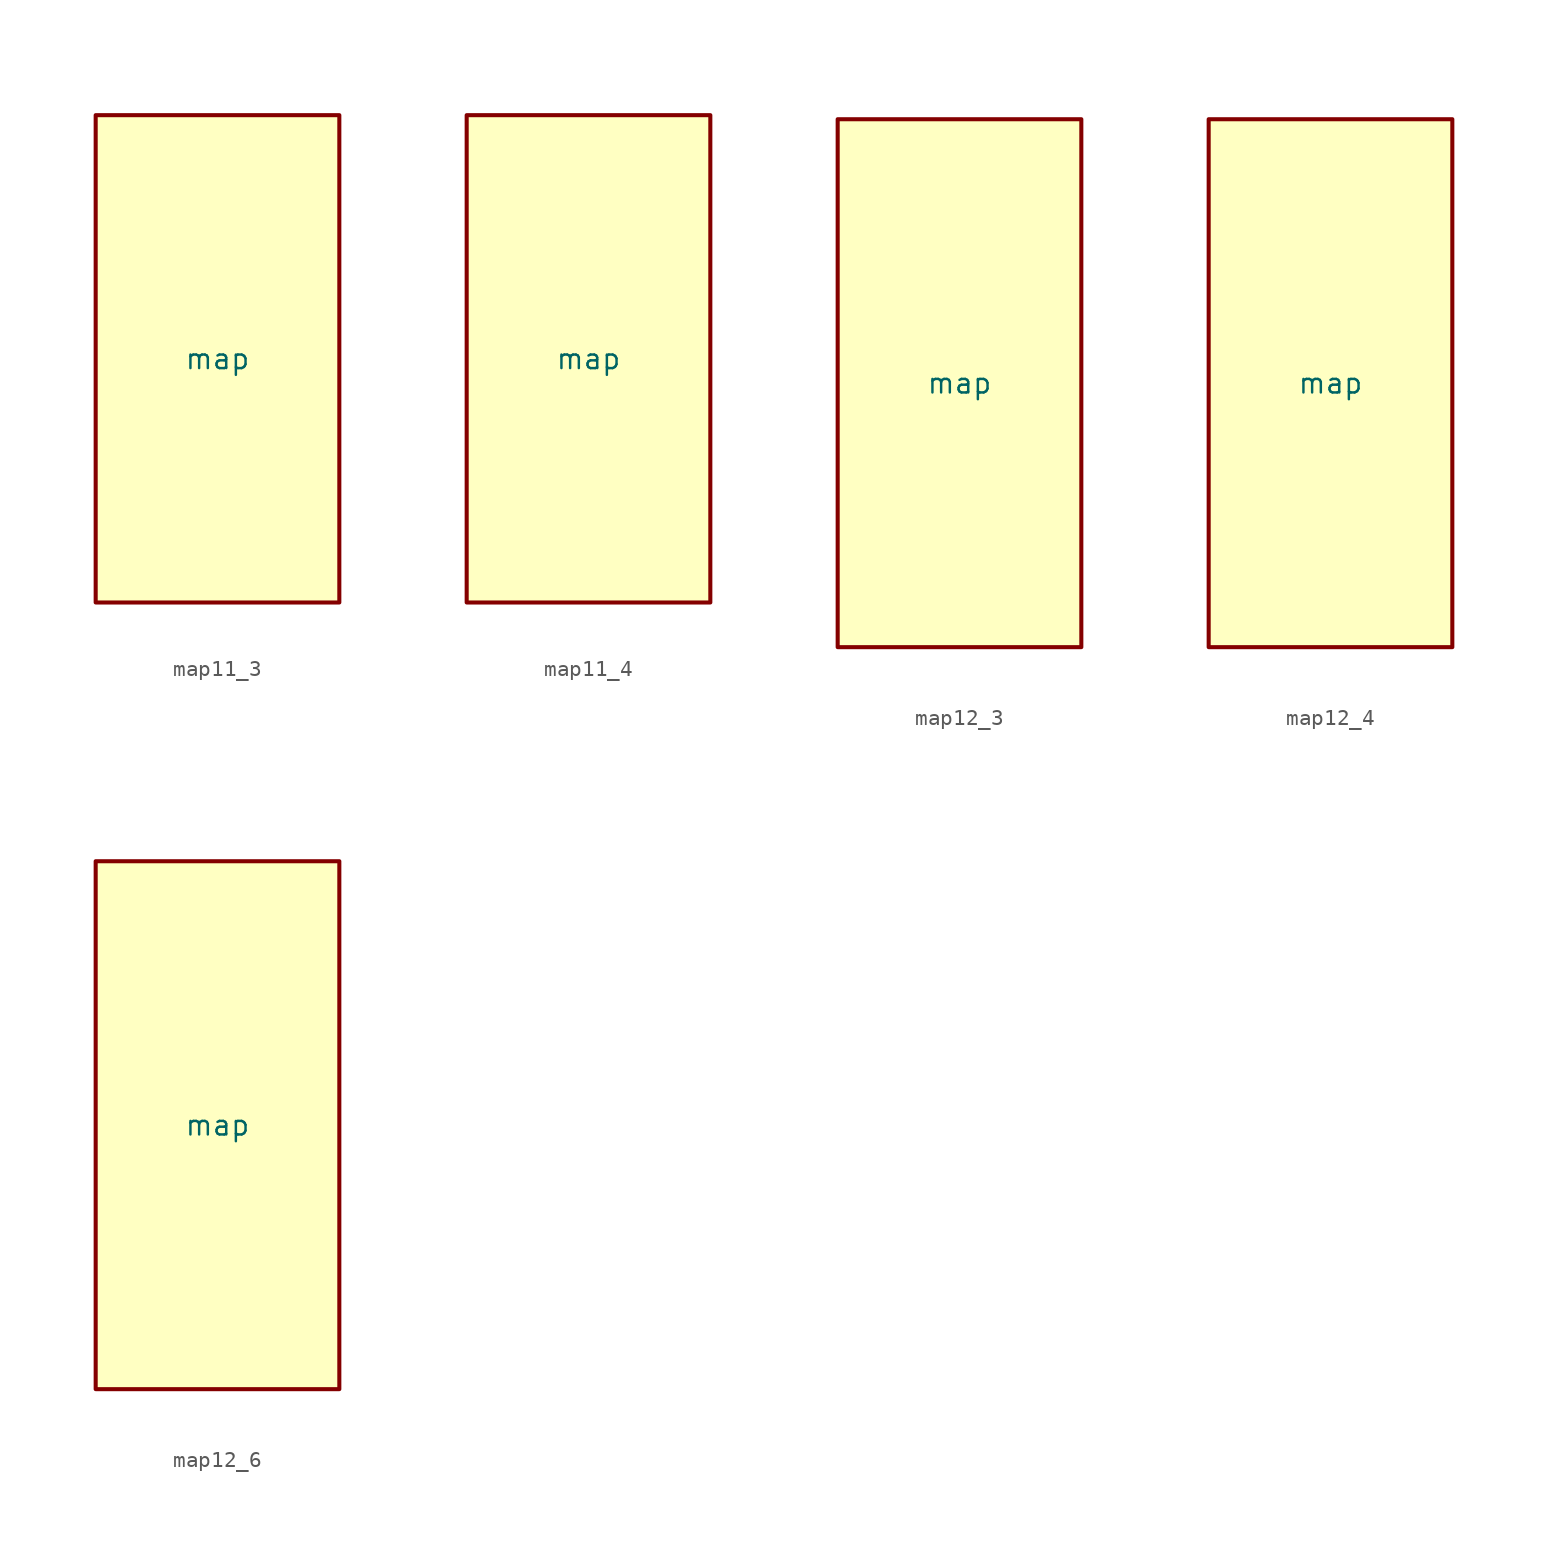
<source format=kicad_sym>
(kicad_symbol_lib
  (version 20231120)
  (generator "kicad_symbol_editor")
  (generator_version "8.0")
  (symbol "map11_3"
    (property "Reference" "U"
      (at 0 0 0)
      (effects (font (size 1.27 1.27)) (hide yes)))
    (property "Value" "map"
      (at 0 0 0)
      (do_not_autoplace)
      (effects (font (size 1.27 1.27))))
    (symbol "map11_3_1_1"
      (rectangle (start -7.62 15.24) (end 7.62 -15.24) (stroke (width 0.254) (type default)) (fill (type background)))
      (pin input line (at -7.62 -12.7 0) (length 0) (name "" (effects (font (size 1.27 1.27)))) (number "" (effects (font (size 1.27 1.27)))))
      (pin input line (at -7.62 -10.16 0) (length 0) (name "" (effects (font (size 1.27 1.27)))) (number "" (effects (font (size 1.27 1.27)))))
      (pin input line (at -7.62 -7.62 0) (length 0) (name "" (effects (font (size 1.27 1.27)))) (number "" (effects (font (size 1.27 1.27)))))
      (pin input line (at -7.62 -5.08 0) (length 0) (name "" (effects (font (size 1.27 1.27)))) (number "" (effects (font (size 1.27 1.27)))))
      (pin input line (at -7.62 -2.54 0) (length 0) (name "" (effects (font (size 1.27 1.27)))) (number "" (effects (font (size 1.27 1.27)))))
      (pin input line (at -7.62 0 0) (length 0) (name "" (effects (font (size 1.27 1.27)))) (number "" (effects (font (size 1.27 1.27)))))
      (pin input line (at -7.62 2.54 0) (length 0) (name "" (effects (font (size 1.27 1.27)))) (number "" (effects (font (size 1.27 1.27)))))
      (pin input line (at -7.62 5.08 0) (length 0) (name "" (effects (font (size 1.27 1.27)))) (number "" (effects (font (size 1.27 1.27)))))
      (pin input line (at -7.62 7.62 0) (length 0) (name "" (effects (font (size 1.27 1.27)))) (number "" (effects (font (size 1.27 1.27)))))
      (pin input line (at -7.62 10.16 0) (length 0) (name "" (effects (font (size 1.27 1.27)))) (number "" (effects (font (size 1.27 1.27)))))
      (pin input line (at -7.62 12.7 0) (length 0) (name "" (effects (font (size 1.27 1.27)))) (number "" (effects (font (size 1.27 1.27)))))
      (pin output line (at 7.62 -5.08 180) (length 0) (name "" (effects (font (size 1.27 1.27)))) (number "" (effects (font (size 1.27 1.27)))))
      (pin output line (at 7.62 0 180) (length 0) (name "" (effects (font (size 1.27 1.27)))) (number "" (effects (font (size 1.27 1.27)))))
      (pin output line (at 7.62 5.08 180) (length 0) (name "" (effects (font (size 1.27 1.27)))) (number "" (effects (font (size 1.27 1.27)))))))
  (symbol "map11_4"
    (property "Reference" "U"
      (at 0 0 0)
      (effects (font (size 1.27 1.27)) (hide yes)))
    (property "Value" "map"
      (at 0 0 0)
      (do_not_autoplace)
      (effects (font (size 1.27 1.27))))
    (symbol "map11_4_1_1"
      (rectangle (start -7.62 15.24) (end 7.62 -15.24) (stroke (width 0.254) (type default)) (fill (type background)))
      (pin input line (at -7.62 -12.7 0) (length 0) (name "" (effects (font (size 1.27 1.27)))) (number "" (effects (font (size 1.27 1.27)))))
      (pin input line (at -7.62 -10.16 0) (length 0) (name "" (effects (font (size 1.27 1.27)))) (number "" (effects (font (size 1.27 1.27)))))
      (pin input line (at -7.62 -7.62 0) (length 0) (name "" (effects (font (size 1.27 1.27)))) (number "" (effects (font (size 1.27 1.27)))))
      (pin input line (at -7.62 -5.08 0) (length 0) (name "" (effects (font (size 1.27 1.27)))) (number "" (effects (font (size 1.27 1.27)))))
      (pin input line (at -7.62 -2.54 0) (length 0) (name "" (effects (font (size 1.27 1.27)))) (number "" (effects (font (size 1.27 1.27)))))
      (pin input line (at -7.62 0 0) (length 0) (name "" (effects (font (size 1.27 1.27)))) (number "" (effects (font (size 1.27 1.27)))))
      (pin input line (at -7.62 2.54 0) (length 0) (name "" (effects (font (size 1.27 1.27)))) (number "" (effects (font (size 1.27 1.27)))))
      (pin input line (at -7.62 5.08 0) (length 0) (name "" (effects (font (size 1.27 1.27)))) (number "" (effects (font (size 1.27 1.27)))))
      (pin input line (at -7.62 7.62 0) (length 0) (name "" (effects (font (size 1.27 1.27)))) (number "" (effects (font (size 1.27 1.27)))))
      (pin input line (at -7.62 10.16 0) (length 0) (name "" (effects (font (size 1.27 1.27)))) (number "" (effects (font (size 1.27 1.27)))))
      (pin input line (at -7.62 12.7 0) (length 0) (name "" (effects (font (size 1.27 1.27)))) (number "" (effects (font (size 1.27 1.27)))))
      (pin output line (at 7.62 -3.81 180) (length 0) (name "" (effects (font (size 1.27 1.27)))) (number "" (effects (font (size 1.27 1.27)))))
      (pin output line (at 7.62 -1.27 180) (length 0) (name "" (effects (font (size 1.27 1.27)))) (number "" (effects (font (size 1.27 1.27)))))
      (pin output line (at 7.62 1.27 180) (length 0) (name "" (effects (font (size 1.27 1.27)))) (number "" (effects (font (size 1.27 1.27)))))
      (pin output line (at 7.62 3.81 180) (length 0) (name "" (effects (font (size 1.27 1.27)))) (number "" (effects (font (size 1.27 1.27)))))))
  (symbol "map12_3"
    (property "Reference" "U"
      (at 0 0 0)
      (effects (font (size 1.27 1.27)) (hide yes)))
    (property "Value" "map"
      (at 0 0 0)
      (do_not_autoplace)
      (effects (font (size 1.27 1.27))))
    (symbol "map12_3_1_1"
      (rectangle (start -7.62 16.51) (end 7.62 -16.51) (stroke (width 0.254) (type default)) (fill (type background)))
      (pin input line (at -7.62 -13.97 0) (length 0) (name "" (effects (font (size 1.27 1.27)))) (number "" (effects (font (size 1.27 1.27)))))
      (pin input line (at -7.62 -11.43 0) (length 0) (name "" (effects (font (size 1.27 1.27)))) (number "" (effects (font (size 1.27 1.27)))))
      (pin input line (at -7.62 -8.89 0) (length 0) (name "" (effects (font (size 1.27 1.27)))) (number "" (effects (font (size 1.27 1.27)))))
      (pin input line (at -7.62 -6.35 0) (length 0) (name "" (effects (font (size 1.27 1.27)))) (number "" (effects (font (size 1.27 1.27)))))
      (pin input line (at -7.62 -3.81 0) (length 0) (name "" (effects (font (size 1.27 1.27)))) (number "" (effects (font (size 1.27 1.27)))))
      (pin input line (at -7.62 -1.27 0) (length 0) (name "" (effects (font (size 1.27 1.27)))) (number "" (effects (font (size 1.27 1.27)))))
      (pin input line (at -7.62 1.27 0) (length 0) (name "" (effects (font (size 1.27 1.27)))) (number "" (effects (font (size 1.27 1.27)))))
      (pin input line (at -7.62 3.81 0) (length 0) (name "" (effects (font (size 1.27 1.27)))) (number "" (effects (font (size 1.27 1.27)))))
      (pin input line (at -7.62 6.35 0) (length 0) (name "" (effects (font (size 1.27 1.27)))) (number "" (effects (font (size 1.27 1.27)))))
      (pin input line (at -7.62 8.89 0) (length 0) (name "" (effects (font (size 1.27 1.27)))) (number "" (effects (font (size 1.27 1.27)))))
      (pin input line (at -7.62 11.43 0) (length 0) (name "" (effects (font (size 1.27 1.27)))) (number "" (effects (font (size 1.27 1.27)))))
      (pin input line (at -7.62 13.97 0) (length 0) (name "" (effects (font (size 1.27 1.27)))) (number "" (effects (font (size 1.27 1.27)))))
      (pin output line (at 7.62 -2.54 180) (length 0) (name "" (effects (font (size 1.27 1.27)))) (number "" (effects (font (size 1.27 1.27)))))
      (pin output line (at 7.62 0 180) (length 0) (name "" (effects (font (size 1.27 1.27)))) (number "" (effects (font (size 1.27 1.27)))))
      (pin output line (at 7.62 2.54 180) (length 0) (name "" (effects (font (size 1.27 1.27)))) (number "" (effects (font (size 1.27 1.27)))))))
  (symbol "map12_4"
    (property "Reference" "U"
      (at 0 0 0)
      (effects (font (size 1.27 1.27)) (hide yes)))
    (property "Value" "map"
      (at 0 0 0)
      (do_not_autoplace)
      (effects (font (size 1.27 1.27))))
    (symbol "map12_4_1_1"
      (rectangle (start -7.62 16.51) (end 7.62 -16.51) (stroke (width 0.254) (type default)) (fill (type background)))
      (pin input line (at -7.62 -13.97 0) (length 0) (name "" (effects (font (size 1.27 1.27)))) (number "" (effects (font (size 1.27 1.27)))))
      (pin input line (at -7.62 -11.43 0) (length 0) (name "" (effects (font (size 1.27 1.27)))) (number "" (effects (font (size 1.27 1.27)))))
      (pin input line (at -7.62 -8.89 0) (length 0) (name "" (effects (font (size 1.27 1.27)))) (number "" (effects (font (size 1.27 1.27)))))
      (pin input line (at -7.62 -6.35 0) (length 0) (name "" (effects (font (size 1.27 1.27)))) (number "" (effects (font (size 1.27 1.27)))))
      (pin input line (at -7.62 -3.81 0) (length 0) (name "" (effects (font (size 1.27 1.27)))) (number "" (effects (font (size 1.27 1.27)))))
      (pin input line (at -7.62 -1.27 0) (length 0) (name "" (effects (font (size 1.27 1.27)))) (number "" (effects (font (size 1.27 1.27)))))
      (pin input line (at -7.62 1.27 0) (length 0) (name "" (effects (font (size 1.27 1.27)))) (number "" (effects (font (size 1.27 1.27)))))
      (pin input line (at -7.62 3.81 0) (length 0) (name "" (effects (font (size 1.27 1.27)))) (number "" (effects (font (size 1.27 1.27)))))
      (pin input line (at -7.62 6.35 0) (length 0) (name "" (effects (font (size 1.27 1.27)))) (number "" (effects (font (size 1.27 1.27)))))
      (pin input line (at -7.62 8.89 0) (length 0) (name "" (effects (font (size 1.27 1.27)))) (number "" (effects (font (size 1.27 1.27)))))
      (pin input line (at -7.62 11.43 0) (length 0) (name "" (effects (font (size 1.27 1.27)))) (number "" (effects (font (size 1.27 1.27)))))
      (pin input line (at -7.62 13.97 0) (length 0) (name "" (effects (font (size 1.27 1.27)))) (number "" (effects (font (size 1.27 1.27)))))
      (pin output line (at 7.62 -3.81 180) (length 0) (name "" (effects (font (size 1.27 1.27)))) (number "" (effects (font (size 1.27 1.27)))))
      (pin output line (at 7.62 -1.27 180) (length 0) (name "" (effects (font (size 1.27 1.27)))) (number "" (effects (font (size 1.27 1.27)))))
      (pin output line (at 7.62 1.27 180) (length 0) (name "" (effects (font (size 1.27 1.27)))) (number "" (effects (font (size 1.27 1.27)))))
      (pin output line (at 7.62 3.81 180) (length 0) (name "" (effects (font (size 1.27 1.27)))) (number "" (effects (font (size 1.27 1.27)))))))
  (symbol "map12_6"
    (property "Reference" "U"
      (at 0 0 0)
      (effects (font (size 1.27 1.27)) (hide yes)))
    (property "Value" "map"
      (at 0 0 0)
      (do_not_autoplace)
      (effects (font (size 1.27 1.27))))
    (symbol "map12_6_1_1"
      (rectangle (start -7.62 16.51) (end 7.62 -16.51) (stroke (width 0.254) (type default)) (fill (type background)))
      (pin input line (at -7.62 -13.97 0) (length 0) (name "" (effects (font (size 1.27 1.27)))) (number "" (effects (font (size 1.27 1.27)))))
      (pin input line (at -7.62 -11.43 0) (length 0) (name "" (effects (font (size 1.27 1.27)))) (number "" (effects (font (size 1.27 1.27)))))
      (pin input line (at -7.62 -8.89 0) (length 0) (name "" (effects (font (size 1.27 1.27)))) (number "" (effects (font (size 1.27 1.27)))))
      (pin input line (at -7.62 -6.35 0) (length 0) (name "" (effects (font (size 1.27 1.27)))) (number "" (effects (font (size 1.27 1.27)))))
      (pin input line (at -7.62 -3.81 0) (length 0) (name "" (effects (font (size 1.27 1.27)))) (number "" (effects (font (size 1.27 1.27)))))
      (pin input line (at -7.62 -1.27 0) (length 0) (name "" (effects (font (size 1.27 1.27)))) (number "" (effects (font (size 1.27 1.27)))))
      (pin input line (at -7.62 1.27 0) (length 0) (name "" (effects (font (size 1.27 1.27)))) (number "" (effects (font (size 1.27 1.27)))))
      (pin input line (at -7.62 3.81 0) (length 0) (name "" (effects (font (size 1.27 1.27)))) (number "" (effects (font (size 1.27 1.27)))))
      (pin input line (at -7.62 6.35 0) (length 0) (name "" (effects (font (size 1.27 1.27)))) (number "" (effects (font (size 1.27 1.27)))))
      (pin input line (at -7.62 8.89 0) (length 0) (name "" (effects (font (size 1.27 1.27)))) (number "" (effects (font (size 1.27 1.27)))))
      (pin input line (at -7.62 11.43 0) (length 0) (name "" (effects (font (size 1.27 1.27)))) (number "" (effects (font (size 1.27 1.27)))))
      (pin input line (at -7.62 13.97 0) (length 0) (name "" (effects (font (size 1.27 1.27)))) (number "" (effects (font (size 1.27 1.27)))))
      (pin output line (at 7.62 -6.35 180) (length 0) (name "" (effects (font (size 1.27 1.27)))) (number "" (effects (font (size 1.27 1.27)))))
      (pin output line (at 7.62 -3.81 180) (length 0) (name "" (effects (font (size 1.27 1.27)))) (number "" (effects (font (size 1.27 1.27)))))
      (pin output line (at 7.62 -1.27 180) (length 0) (name "" (effects (font (size 1.27 1.27)))) (number "" (effects (font (size 1.27 1.27)))))
      (pin output line (at 7.62 1.27 180) (length 0) (name "" (effects (font (size 1.27 1.27)))) (number "" (effects (font (size 1.27 1.27)))))
      (pin output line (at 7.62 3.81 180) (length 0) (name "" (effects (font (size 1.27 1.27)))) (number "" (effects (font (size 1.27 1.27)))))
      (pin output line (at 7.62 6.35 180) (length 0) (name "" (effects (font (size 1.27 1.27)))) (number "" (effects (font (size 1.27 1.27))))))))
</source>
